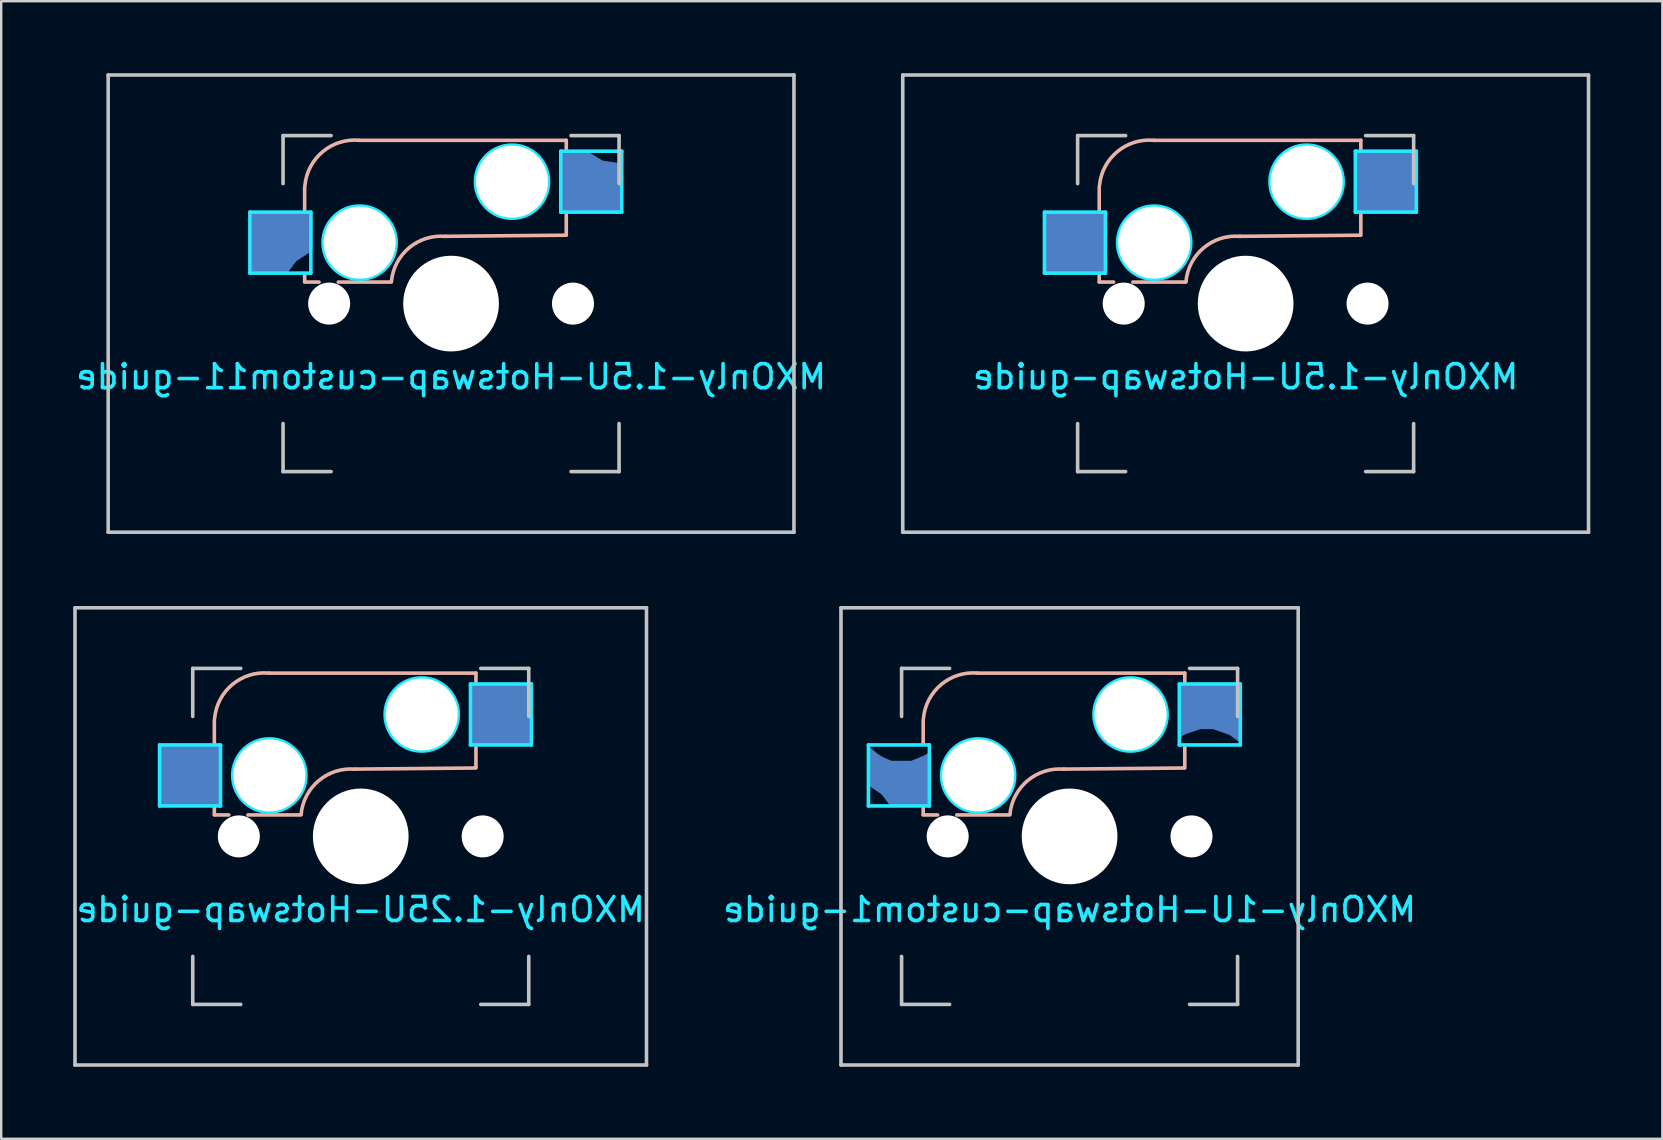
<source format=kicad_pcb>
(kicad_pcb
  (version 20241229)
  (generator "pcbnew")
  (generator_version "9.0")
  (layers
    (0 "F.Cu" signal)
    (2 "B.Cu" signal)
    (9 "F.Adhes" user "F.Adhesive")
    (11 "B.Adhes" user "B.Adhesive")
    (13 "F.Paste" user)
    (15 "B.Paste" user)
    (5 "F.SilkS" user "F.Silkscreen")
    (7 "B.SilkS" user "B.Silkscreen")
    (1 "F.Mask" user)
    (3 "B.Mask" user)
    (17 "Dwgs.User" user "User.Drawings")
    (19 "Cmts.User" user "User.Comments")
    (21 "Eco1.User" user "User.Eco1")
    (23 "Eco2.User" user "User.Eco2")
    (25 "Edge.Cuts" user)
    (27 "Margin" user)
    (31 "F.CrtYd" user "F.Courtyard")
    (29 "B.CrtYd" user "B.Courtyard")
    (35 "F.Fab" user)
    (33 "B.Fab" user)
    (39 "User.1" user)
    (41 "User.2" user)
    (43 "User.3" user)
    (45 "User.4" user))
  (footprint "MXOnly-1.5U-Hotswap-guide"
    (layer "F.Cu")
    (at 48.851 9.6)
    (property "Reference" "MXOnly-1.5U-Hotswap-guide" (at 0 3.048 0) (layer "B.CrtYd") (effects (font (size 1 1) (thickness 0.15)) (justify mirror)))
    (attr smd)
    (fp_line (start -6.1 -4.85) (end -6.1 -3.9) (stroke (width 0.15) (type solid)) (layer "B.SilkS"))
    (fp_line (start -6.1 -1.2) (end -6.1 -0.905) (stroke (width 0.15) (type solid)) (layer "B.SilkS"))
    (fp_line (start -6.1 -0.896) (end -5.5 -0.896) (stroke (width 0.15) (type solid)) (layer "B.SilkS"))
    (fp_line (start -4.7 -0.896) (end -2.49 -0.896) (stroke (width 0.15) (type solid)) (layer "B.SilkS"))
    (fp_line (start 4.8 -6.804) (end -3.825 -6.804) (stroke (width 0.15) (type solid)) (layer "B.SilkS"))
    (fp_line (start 4.8 -6.45) (end 4.8 -6.804) (stroke (width 0.15) (type solid)) (layer "B.SilkS"))
    (fp_line (start 4.8 -2.896) (end 4.8 -3.7) (stroke (width 0.15) (type solid)) (layer "B.SilkS"))
    (fp_line (start 4.8 -2.85) (end -0.25 -2.804) (stroke (width 0.15) (type solid)) (layer "B.SilkS"))
    (fp_arc (start -6.089 -4.92) (mid -5.347189 -6.33089) (end -3.825 -6.804) (stroke (width 0.15) (type solid)) (layer "B.SilkS"))
    (fp_arc (start -2.485 -0.92) (mid -1.744361 -2.328061) (end -0.225 -2.8) (stroke (width 0.15) (type solid)) (layer "B.SilkS"))
    (fp_line (start -14.287 -9.525) (end 14.287 -9.525) (stroke (width 0.15) (type solid)) (layer "Dwgs.User"))
    (fp_line (start -14.287 9.525) (end -14.287 -9.525) (stroke (width 0.15) (type solid)) (layer "Dwgs.User"))
    (fp_line (start -7 -7) (end -7 -5) (stroke (width 0.15) (type solid)) (layer "Dwgs.User"))
    (fp_line (start -7 5) (end -7 7) (stroke (width 0.15) (type solid)) (layer "Dwgs.User"))
    (fp_line (start -7 7) (end -5 7) (stroke (width 0.15) (type solid)) (layer "Dwgs.User"))
    (fp_line (start -5 -7) (end -7 -7) (stroke (width 0.15) (type solid)) (layer "Dwgs.User"))
    (fp_line (start 5 -7) (end 7 -7) (stroke (width 0.15) (type solid)) (layer "Dwgs.User"))
    (fp_line (start 5 7) (end 7 7) (stroke (width 0.15) (type solid)) (layer "Dwgs.User"))
    (fp_line (start 7 -7) (end 7 -5) (stroke (width 0.15) (type solid)) (layer "Dwgs.User"))
    (fp_line (start 7 7) (end 7 5) (stroke (width 0.15) (type solid)) (layer "Dwgs.User"))
    (fp_line (start 14.287 -9.525) (end 14.287 9.525) (stroke (width 0.15) (type solid)) (layer "Dwgs.User"))
    (fp_line (start 14.287 9.525) (end -14.287 9.525) (stroke (width 0.15) (type solid)) (layer "Dwgs.User"))
    (fp_line (start -8.382 -3.81) (end -5.842 -3.81) (stroke (width 0.15) (type solid)) (layer "B.CrtYd"))
    (fp_line (start -8.382 -1.27) (end -8.382 -3.81) (stroke (width 0.15) (type solid)) (layer "B.CrtYd"))
    (fp_line (start -5.842 -3.81) (end -5.842 -1.27) (stroke (width 0.15) (type solid)) (layer "B.CrtYd"))
    (fp_line (start -5.842 -1.27) (end -8.382 -1.27) (stroke (width 0.15) (type solid)) (layer "B.CrtYd"))
    (fp_line (start 4.572 -6.35) (end 7.112 -6.35) (stroke (width 0.15) (type solid)) (layer "B.CrtYd"))
    (fp_line (start 4.572 -3.81) (end 4.572 -6.35) (stroke (width 0.15) (type solid)) (layer "B.CrtYd"))
    (fp_line (start 7.112 -6.35) (end 7.112 -3.81) (stroke (width 0.15) (type solid)) (layer "B.CrtYd"))
    (fp_line (start 7.112 -3.81) (end 4.572 -3.81) (stroke (width 0.15) (type solid)) (layer "B.CrtYd"))
    (fp_circle (center -3.81 -2.54) (end -3.81 -4.064) (stroke (width 0.15) (type solid)) (fill no) (layer "B.CrtYd"))
    (fp_circle (center 2.54 -5.08) (end 2.54 -6.604) (stroke (width 0.15) (type solid)) (fill no) (layer "B.CrtYd"))
    (pad "" np_thru_hole circle (at -5.08 0 48.1) (size 1.75 1.75) (drill 1.75) (layers "*.Cu" "*.Mask"))
    (pad "" np_thru_hole circle (at -3.81 -2.54) (size 3 3) (drill 3) (layers "*.Cu" "*.Mask"))
    (pad "" np_thru_hole circle (at 0 0) (size 3.988 3.988) (drill 3.988) (layers "*.Cu" "*.Mask"))
    (pad "" np_thru_hole circle (at 2.54 -5.08) (size 3 3) (drill 3) (layers "*.Cu" "*.Mask"))
    (pad "" np_thru_hole circle (at 5.08 0 48.1) (size 1.75 1.75) (drill 1.75) (layers "*.Cu" "*.Mask"))
    (pad "1" smd rect (at -7.085 -2.54) (size 2.55 2.5) (layers "B.Cu" "B.Mask" "B.Paste"))
    (pad "2" smd rect (at 5.842 -5.08) (size 2.55 2.5) (layers "B.Cu" "B.Mask" "B.Paste")))
  (footprint "MXOnly-1.5U-Hotswap-custom11-guide"
    (layer "F.Cu")
    (at 15.744 9.6)
    (property "Reference" "MXOnly-1.5U-Hotswap-custom11-guide" (at 0 3.048 0) (layer "B.CrtYd") (effects (font (size 1 1) (thickness 0.15)) (justify mirror)))
    (attr smd)
    (fp_line (start -6.1 -4.85) (end -6.1 -3.9) (stroke (width 0.15) (type solid)) (layer "B.SilkS"))
    (fp_line (start -6.1 -1.2) (end -6.1 -0.905) (stroke (width 0.15) (type solid)) (layer "B.SilkS"))
    (fp_line (start -6.1 -0.896) (end -5.5 -0.896) (stroke (width 0.15) (type solid)) (layer "B.SilkS"))
    (fp_line (start -4.7 -0.896) (end -2.49 -0.896) (stroke (width 0.15) (type solid)) (layer "B.SilkS"))
    (fp_line (start 4.8 -6.804) (end -3.825 -6.804) (stroke (width 0.15) (type solid)) (layer "B.SilkS"))
    (fp_line (start 4.8 -6.45) (end 4.8 -6.804) (stroke (width 0.15) (type solid)) (layer "B.SilkS"))
    (fp_line (start 4.8 -2.896) (end 4.8 -3.7) (stroke (width 0.15) (type solid)) (layer "B.SilkS"))
    (fp_line (start 4.8 -2.85) (end -0.25 -2.804) (stroke (width 0.15) (type solid)) (layer "B.SilkS"))
    (fp_arc (start -6.089 -4.92) (mid -5.347189 -6.33089) (end -3.825 -6.804) (stroke (width 0.15) (type solid)) (layer "B.SilkS"))
    (fp_arc (start -2.485 -0.92) (mid -1.744361 -2.328061) (end -0.225 -2.8) (stroke (width 0.15) (type solid)) (layer "B.SilkS"))
    (fp_line (start -14.287 -9.525) (end 14.287 -9.525) (stroke (width 0.15) (type solid)) (layer "Dwgs.User"))
    (fp_line (start -14.287 9.525) (end -14.287 -9.525) (stroke (width 0.15) (type solid)) (layer "Dwgs.User"))
    (fp_line (start -7 -7) (end -7 -5) (stroke (width 0.15) (type solid)) (layer "Dwgs.User"))
    (fp_line (start -7 5) (end -7 7) (stroke (width 0.15) (type solid)) (layer "Dwgs.User"))
    (fp_line (start -7 7) (end -5 7) (stroke (width 0.15) (type solid)) (layer "Dwgs.User"))
    (fp_line (start -5 -7) (end -7 -7) (stroke (width 0.15) (type solid)) (layer "Dwgs.User"))
    (fp_line (start 5 -7) (end 7 -7) (stroke (width 0.15) (type solid)) (layer "Dwgs.User"))
    (fp_line (start 5 7) (end 7 7) (stroke (width 0.15) (type solid)) (layer "Dwgs.User"))
    (fp_line (start 7 -7) (end 7 -5) (stroke (width 0.15) (type solid)) (layer "Dwgs.User"))
    (fp_line (start 7 7) (end 7 5) (stroke (width 0.15) (type solid)) (layer "Dwgs.User"))
    (fp_line (start 14.287 -9.525) (end 14.287 9.525) (stroke (width 0.15) (type solid)) (layer "Dwgs.User"))
    (fp_line (start 14.287 9.525) (end -14.287 9.525) (stroke (width 0.15) (type solid)) (layer "Dwgs.User"))
    (fp_line (start -8.382 -3.81) (end -5.842 -3.81) (stroke (width 0.15) (type solid)) (layer "B.CrtYd"))
    (fp_line (start -8.382 -1.27) (end -8.382 -3.81) (stroke (width 0.15) (type solid)) (layer "B.CrtYd"))
    (fp_line (start -5.842 -3.81) (end -5.842 -1.27) (stroke (width 0.15) (type solid)) (layer "B.CrtYd"))
    (fp_line (start -5.842 -1.27) (end -8.382 -1.27) (stroke (width 0.15) (type solid)) (layer "B.CrtYd"))
    (fp_line (start 4.572 -6.35) (end 7.112 -6.35) (stroke (width 0.15) (type solid)) (layer "B.CrtYd"))
    (fp_line (start 4.572 -3.81) (end 4.572 -6.35) (stroke (width 0.15) (type solid)) (layer "B.CrtYd"))
    (fp_line (start 7.112 -6.35) (end 7.112 -3.81) (stroke (width 0.15) (type solid)) (layer "B.CrtYd"))
    (fp_line (start 7.112 -3.81) (end 4.572 -3.81) (stroke (width 0.15) (type solid)) (layer "B.CrtYd"))
    (fp_circle (center -3.81 -2.54) (end -3.81 -4.064) (stroke (width 0.15) (type solid)) (fill no) (layer "B.CrtYd"))
    (fp_circle (center 2.54 -5.08) (end 2.54 -6.604) (stroke (width 0.15) (type solid)) (fill no) (layer "B.CrtYd"))
    (pad "" np_thru_hole circle (at -5.08 0 48.1) (size 1.75 1.75) (drill 1.75) (layers "*.Cu" "*.Mask"))
    (pad "" np_thru_hole circle (at -3.81 -2.54) (size 3 3) (drill 3) (layers "*.Cu" "*.Mask"))
    (pad "" np_thru_hole circle (at 0 0) (size 3.988 3.988) (drill 3.988) (layers "*.Cu" "*.Mask"))
    (pad "" np_thru_hole circle (at 2.54 -5.08) (size 3 3) (drill 3) (layers "*.Cu" "*.Mask"))
    (pad "" np_thru_hole circle (at 5.08 0 48.1) (size 1.75 1.75) (drill 1.75) (layers "*.Cu" "*.Mask"))
    (pad "1" smd custom (at -7.085 -2.54) (size 1 1) (layers "B.Cu" "B.Mask" "B.Paste") (options (anchor rect)) (primitives (gr_poly (pts (xy -1.25 -1.25) (xy 1.25 -1.25) (xy 1.25 0.3) (xy 0.6 0.72) (xy 0.2 1.25) (xy -1.25 1.25)) (width 0.12) (fill yes))))
    (pad "2" smd custom (at 5.842 -5.08) (size 1 1) (layers "B.Cu" "B.Mask" "B.Paste") (options (anchor rect)) (primitives (gr_poly (pts (xy -1.25 -1.25) (xy -0.25 -1.25) (xy 0.45 -0.82) (xy 1.25 -0.7) (xy 1.25 1.25) (xy -1.25 1.25)) (width 0.12) (fill yes)))))
  (footprint "MXOnly-1U-Hotswap-custom1-guide"
    (layer "F.Cu")
    (at 41.516 31.8)
    (property "Reference" "MXOnly-1U-Hotswap-custom1-guide" (at 0 3.048 0) (layer "B.CrtYd") (effects (font (size 1 1) (thickness 0.15)) (justify mirror)))
    (attr smd)
    (fp_line (start -6.1 -4.85) (end -6.1 -3.9) (stroke (width 0.15) (type solid)) (layer "B.SilkS"))
    (fp_line (start -6.1 -1.2) (end -6.1 -0.905) (stroke (width 0.15) (type solid)) (layer "B.SilkS"))
    (fp_line (start -6.1 -0.896) (end -5.5 -0.896) (stroke (width 0.15) (type solid)) (layer "B.SilkS"))
    (fp_line (start -4.7 -0.896) (end -2.49 -0.896) (stroke (width 0.15) (type solid)) (layer "B.SilkS"))
    (fp_line (start 4.8 -6.804) (end -3.825 -6.804) (stroke (width 0.15) (type solid)) (layer "B.SilkS"))
    (fp_line (start 4.8 -6.45) (end 4.8 -6.804) (stroke (width 0.15) (type solid)) (layer "B.SilkS"))
    (fp_line (start 4.8 -2.896) (end 4.8 -3.7) (stroke (width 0.15) (type solid)) (layer "B.SilkS"))
    (fp_line (start 4.8 -2.85) (end -0.25 -2.804) (stroke (width 0.15) (type solid)) (layer "B.SilkS"))
    (fp_arc (start -6.089 -4.92) (mid -5.347189 -6.33089) (end -3.825 -6.804) (stroke (width 0.15) (type solid)) (layer "B.SilkS"))
    (fp_arc (start -2.485 -0.92) (mid -1.744361 -2.328061) (end -0.225 -2.8) (stroke (width 0.15) (type solid)) (layer "B.SilkS"))
    (fp_line (start -9.525 -9.525) (end 9.525 -9.525) (stroke (width 0.15) (type solid)) (layer "Dwgs.User"))
    (fp_line (start -9.525 9.525) (end -9.525 -9.525) (stroke (width 0.15) (type solid)) (layer "Dwgs.User"))
    (fp_line (start -7 -7) (end -7 -5) (stroke (width 0.15) (type solid)) (layer "Dwgs.User"))
    (fp_line (start -7 5) (end -7 7) (stroke (width 0.15) (type solid)) (layer "Dwgs.User"))
    (fp_line (start -7 7) (end -5 7) (stroke (width 0.15) (type solid)) (layer "Dwgs.User"))
    (fp_line (start -5 -7) (end -7 -7) (stroke (width 0.15) (type solid)) (layer "Dwgs.User"))
    (fp_line (start 5 -7) (end 7 -7) (stroke (width 0.15) (type solid)) (layer "Dwgs.User"))
    (fp_line (start 5 7) (end 7 7) (stroke (width 0.15) (type solid)) (layer "Dwgs.User"))
    (fp_line (start 7 -7) (end 7 -5) (stroke (width 0.15) (type solid)) (layer "Dwgs.User"))
    (fp_line (start 7 7) (end 7 5) (stroke (width 0.15) (type solid)) (layer "Dwgs.User"))
    (fp_line (start 9.525 -9.525) (end 9.525 9.525) (stroke (width 0.15) (type solid)) (layer "Dwgs.User"))
    (fp_line (start 9.525 9.525) (end -9.525 9.525) (stroke (width 0.15) (type solid)) (layer "Dwgs.User"))
    (fp_line (start -8.382 -3.81) (end -8.382 -1.27) (stroke (width 0.15) (type solid)) (layer "B.CrtYd"))
    (fp_line (start -8.382 -1.27) (end -5.842 -1.27) (stroke (width 0.15) (type solid)) (layer "B.CrtYd"))
    (fp_line (start -5.842 -3.81) (end -8.382 -3.81) (stroke (width 0.15) (type solid)) (layer "B.CrtYd"))
    (fp_line (start -5.842 -1.27) (end -5.842 -3.81) (stroke (width 0.15) (type solid)) (layer "B.CrtYd"))
    (fp_line (start 4.572 -6.35) (end 7.112 -6.35) (stroke (width 0.15) (type solid)) (layer "B.CrtYd"))
    (fp_line (start 4.572 -3.81) (end 4.572 -6.35) (stroke (width 0.15) (type solid)) (layer "B.CrtYd"))
    (fp_line (start 7.112 -6.35) (end 7.112 -3.81) (stroke (width 0.15) (type solid)) (layer "B.CrtYd"))
    (fp_line (start 7.112 -3.81) (end 4.572 -3.81) (stroke (width 0.15) (type solid)) (layer "B.CrtYd"))
    (fp_circle (center -3.81 -2.54) (end -3.81 -4.064) (stroke (width 0.15) (type solid)) (fill no) (layer "B.CrtYd"))
    (fp_circle (center 2.54 -5.08) (end 2.54 -6.604) (stroke (width 0.15) (type solid)) (fill no) (layer "B.CrtYd"))
    (pad "" np_thru_hole circle (at -5.08 0 48.1) (size 1.75 1.75) (drill 1.75) (layers "*.Cu" "*.Mask"))
    (pad "" np_thru_hole circle (at -3.81 -2.54) (size 3 3) (drill 3) (layers "*.Cu" "*.Mask"))
    (pad "" np_thru_hole circle (at 0 0) (size 3.988 3.988) (drill 3.988) (layers "*.Cu" "*.Mask"))
    (pad "" np_thru_hole circle (at 2.54 -5.08) (size 3 3) (drill 3) (layers "*.Cu" "*.Mask"))
    (pad "" np_thru_hole circle (at 5.08 0 48.1) (size 1.75 1.75) (drill 1.75) (layers "*.Cu" "*.Mask"))
    (pad "1" smd custom (at -7.085 -2.54) (size 0.1 0.1) (layers "B.Cu" "B.Mask" "B.Paste") (options (anchor rect)) (primitives (gr_poly (pts (xy -1.25 -1.1) (xy -0.95 -0.85) (xy -0.7 -0.7) (xy -0.35 -0.55) (xy 0.5 -0.55) (xy 1.1 -0.8) (xy 1.25 -0.9) (xy 1.25 1.25) (xy -0.325 1.25) (xy -0.7 0.75) (xy -1.25 0.375)) (width 0.12) (fill yes))))
    (pad "2" smd custom (at 5.842 -5.08) (size 0.1 0.1) (layers "B.Cu" "B.Mask" "B.Paste") (options (anchor rect)) (primitives (gr_poly (pts (xy -1.25 -1.25) (xy 1.25 -1.25) (xy 1.25 1.05) (xy 1.2 1.05) (xy 0.85 0.8) (xy 0.15 0.55) (xy -0.4 0.55) (xy -1 0.75) (xy -1.2 0.85) (xy -1.25 0.85)) (width 0.12) (fill yes)))))
  (footprint "MXOnly-1.25U-Hotswap-guide"
    (layer "F.Cu")
    (at 11.981 31.8)
    (property "Reference" "MXOnly-1.25U-Hotswap-guide" (at 0 3.048 0) (layer "B.CrtYd") (effects (font (size 1 1) (thickness 0.15)) (justify mirror)))
    (attr smd)
    (fp_line (start -6.1 -4.85) (end -6.1 -3.9) (stroke (width 0.15) (type solid)) (layer "B.SilkS"))
    (fp_line (start -6.1 -1.2) (end -6.1 -0.905) (stroke (width 0.15) (type solid)) (layer "B.SilkS"))
    (fp_line (start -6.1 -0.896) (end -5.5 -0.896) (stroke (width 0.15) (type solid)) (layer "B.SilkS"))
    (fp_line (start -4.7 -0.896) (end -2.49 -0.896) (stroke (width 0.15) (type solid)) (layer "B.SilkS"))
    (fp_line (start 4.8 -6.804) (end -3.825 -6.804) (stroke (width 0.15) (type solid)) (layer "B.SilkS"))
    (fp_line (start 4.8 -6.45) (end 4.8 -6.804) (stroke (width 0.15) (type solid)) (layer "B.SilkS"))
    (fp_line (start 4.8 -2.896) (end 4.8 -3.7) (stroke (width 0.15) (type solid)) (layer "B.SilkS"))
    (fp_line (start 4.8 -2.85) (end -0.25 -2.804) (stroke (width 0.15) (type solid)) (layer "B.SilkS"))
    (fp_arc (start -6.089 -4.92) (mid -5.347189 -6.33089) (end -3.825 -6.804) (stroke (width 0.15) (type solid)) (layer "B.SilkS"))
    (fp_arc (start -2.485 -0.92) (mid -1.744361 -2.328061) (end -0.225 -2.8) (stroke (width 0.15) (type solid)) (layer "B.SilkS"))
    (fp_line (start -11.906 -9.525) (end 11.906 -9.525) (stroke (width 0.15) (type solid)) (layer "Dwgs.User"))
    (fp_line (start -11.906 9.525) (end -11.906 -9.525) (stroke (width 0.15) (type solid)) (layer "Dwgs.User"))
    (fp_line (start -7 -7) (end -7 -5) (stroke (width 0.15) (type solid)) (layer "Dwgs.User"))
    (fp_line (start -7 5) (end -7 7) (stroke (width 0.15) (type solid)) (layer "Dwgs.User"))
    (fp_line (start -7 7) (end -5 7) (stroke (width 0.15) (type solid)) (layer "Dwgs.User"))
    (fp_line (start -5 -7) (end -7 -7) (stroke (width 0.15) (type solid)) (layer "Dwgs.User"))
    (fp_line (start 5 -7) (end 7 -7) (stroke (width 0.15) (type solid)) (layer "Dwgs.User"))
    (fp_line (start 5 7) (end 7 7) (stroke (width 0.15) (type solid)) (layer "Dwgs.User"))
    (fp_line (start 7 -7) (end 7 -5) (stroke (width 0.15) (type solid)) (layer "Dwgs.User"))
    (fp_line (start 7 7) (end 7 5) (stroke (width 0.15) (type solid)) (layer "Dwgs.User"))
    (fp_line (start 11.906 -9.525) (end 11.906 9.525) (stroke (width 0.15) (type solid)) (layer "Dwgs.User"))
    (fp_line (start 11.906 9.525) (end -11.906 9.525) (stroke (width 0.15) (type solid)) (layer "Dwgs.User"))
    (fp_line (start -8.382 -3.81) (end -5.842 -3.81) (stroke (width 0.15) (type solid)) (layer "B.CrtYd"))
    (fp_line (start -8.382 -1.27) (end -8.382 -3.81) (stroke (width 0.15) (type solid)) (layer "B.CrtYd"))
    (fp_line (start -5.842 -3.81) (end -5.842 -1.27) (stroke (width 0.15) (type solid)) (layer "B.CrtYd"))
    (fp_line (start -5.842 -1.27) (end -8.382 -1.27) (stroke (width 0.15) (type solid)) (layer "B.CrtYd"))
    (fp_line (start 4.572 -6.35) (end 7.112 -6.35) (stroke (width 0.15) (type solid)) (layer "B.CrtYd"))
    (fp_line (start 4.572 -3.81) (end 4.572 -6.35) (stroke (width 0.15) (type solid)) (layer "B.CrtYd"))
    (fp_line (start 7.112 -6.35) (end 7.112 -3.81) (stroke (width 0.15) (type solid)) (layer "B.CrtYd"))
    (fp_line (start 7.112 -3.81) (end 4.572 -3.81) (stroke (width 0.15) (type solid)) (layer "B.CrtYd"))
    (fp_circle (center -3.81 -2.54) (end -3.81 -4.064) (stroke (width 0.15) (type solid)) (fill no) (layer "B.CrtYd"))
    (fp_circle (center 2.54 -5.08) (end 2.54 -6.604) (stroke (width 0.15) (type solid)) (fill no) (layer "B.CrtYd"))
    (pad "" np_thru_hole circle (at -5.08 0 48.1) (size 1.75 1.75) (drill 1.75) (layers "*.Cu" "*.Mask"))
    (pad "" np_thru_hole circle (at -3.81 -2.54) (size 3 3) (drill 3) (layers "*.Cu" "*.Mask"))
    (pad "" np_thru_hole circle (at 0 0) (size 3.988 3.988) (drill 3.988) (layers "*.Cu" "*.Mask"))
    (pad "" np_thru_hole circle (at 2.54 -5.08) (size 3 3) (drill 3) (layers "*.Cu" "*.Mask"))
    (pad "" np_thru_hole circle (at 5.08 0 48.1) (size 1.75 1.75) (drill 1.75) (layers "*.Cu" "*.Mask"))
    (pad "1" smd rect (at -7.085 -2.54) (size 2.55 2.5) (layers "B.Cu" "B.Mask" "B.Paste"))
    (pad "2" smd rect (at 5.842 -5.08) (size 2.55 2.5) (layers "B.Cu" "B.Mask" "B.Paste")))
  (gr_rect
    (start -3 -3)
    (end 66.213 44.4)
    (stroke (width 0.1) (type default))
    (fill no)
    (layer "Edge.Cuts")))
</source>
